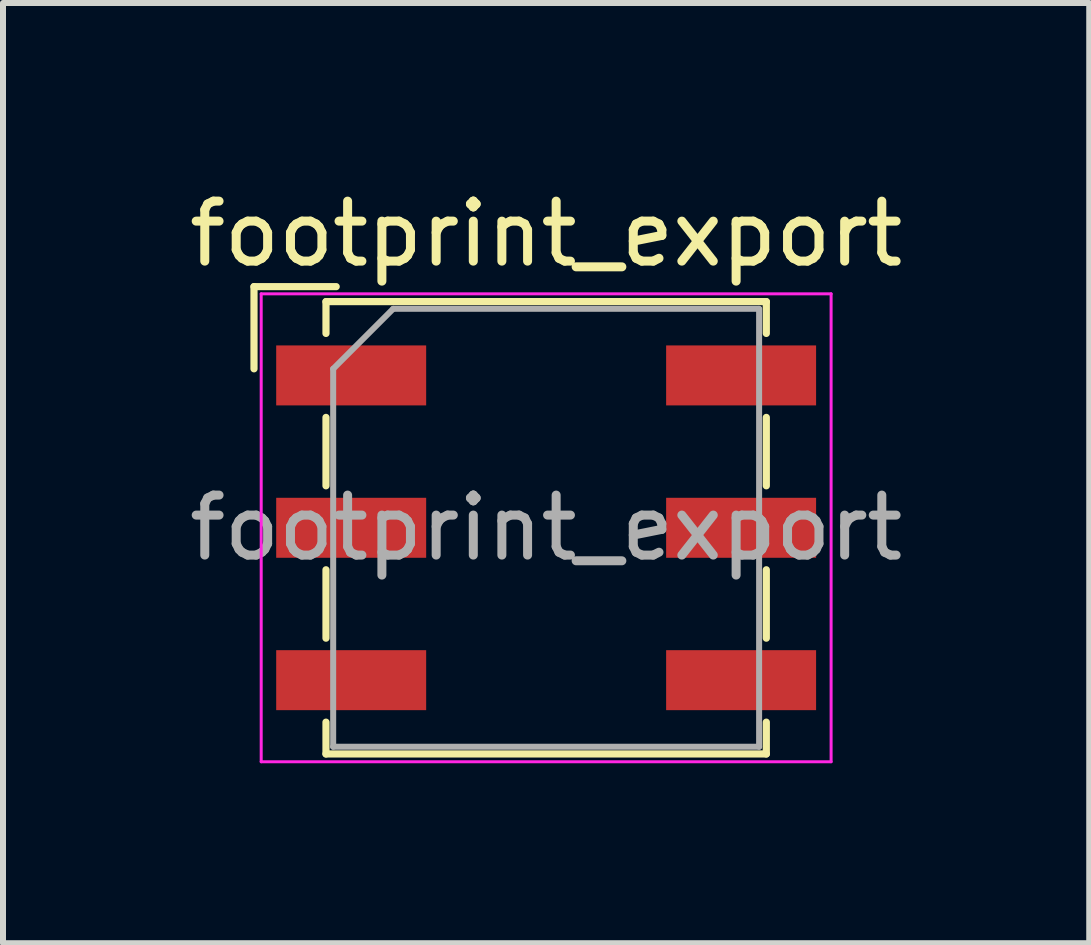
<source format=kicad_pcb>
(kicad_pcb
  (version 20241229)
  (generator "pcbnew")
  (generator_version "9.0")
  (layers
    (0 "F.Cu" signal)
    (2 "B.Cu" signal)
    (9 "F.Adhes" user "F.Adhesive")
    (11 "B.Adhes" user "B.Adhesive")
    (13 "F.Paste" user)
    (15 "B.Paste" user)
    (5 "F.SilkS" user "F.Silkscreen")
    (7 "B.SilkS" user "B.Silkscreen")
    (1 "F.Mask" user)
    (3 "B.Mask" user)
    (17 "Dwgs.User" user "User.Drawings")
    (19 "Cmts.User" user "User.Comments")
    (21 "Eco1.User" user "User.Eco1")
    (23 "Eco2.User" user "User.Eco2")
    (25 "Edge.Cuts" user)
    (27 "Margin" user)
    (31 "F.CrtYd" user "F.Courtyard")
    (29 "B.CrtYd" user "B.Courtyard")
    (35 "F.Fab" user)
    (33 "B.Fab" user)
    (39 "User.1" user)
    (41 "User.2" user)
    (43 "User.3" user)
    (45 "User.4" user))
  (footprint "footprint_export"
    (layer "F.Cu")
    (at 6.054 5.748)
    (property "Reference" "footprint_export" (at 0 -4.9 0) (layer "F.SilkS") (effects (font (size 1 1) (thickness 0.15))))
    (attr smd)
    (fp_line (start -4.87 -4.02) (end -3.5 -4.02) (stroke (width 0.12) (type solid)) (layer "F.SilkS"))
    (fp_line (start -4.87 -2.65) (end -4.87 -4.02) (stroke (width 0.12) (type solid)) (layer "F.SilkS"))
    (fp_line (start -3.67 -3.77) (end 3.67 -3.77) (stroke (width 0.12) (type solid)) (layer "F.SilkS"))
    (fp_line (start -3.67 -3.24) (end -3.67 -3.77) (stroke (width 0.12) (type solid)) (layer "F.SilkS"))
    (fp_line (start -3.67 -1.84) (end -3.67 -0.7) (stroke (width 0.12) (type solid)) (layer "F.SilkS"))
    (fp_line (start -3.67 0.7) (end -3.67 1.84) (stroke (width 0.12) (type solid)) (layer "F.SilkS"))
    (fp_line (start -3.67 3.24) (end -3.67 3.77) (stroke (width 0.12) (type solid)) (layer "F.SilkS"))
    (fp_line (start -3.67 3.77) (end 3.67 3.77) (stroke (width 0.12) (type solid)) (layer "F.SilkS"))
    (fp_line (start 3.67 -3.77) (end 3.67 -3.24) (stroke (width 0.12) (type solid)) (layer "F.SilkS"))
    (fp_line (start 3.67 -1.84) (end 3.67 -0.7) (stroke (width 0.12) (type solid)) (layer "F.SilkS"))
    (fp_line (start 3.67 0.7) (end 3.67 1.84) (stroke (width 0.12) (type solid)) (layer "F.SilkS"))
    (fp_line (start 3.67 3.77) (end 3.67 3.24) (stroke (width 0.12) (type solid)) (layer "F.SilkS"))
    (fp_line (start -4.75 -3.9) (end -4.75 3.9) (stroke (width 0.05) (type solid)) (layer "F.CrtYd"))
    (fp_line (start -4.75 3.9) (end 4.75 3.9) (stroke (width 0.05) (type solid)) (layer "F.CrtYd"))
    (fp_line (start 4.75 -3.9) (end -4.75 -3.9) (stroke (width 0.05) (type solid)) (layer "F.CrtYd"))
    (fp_line (start 4.75 3.9) (end 4.75 -3.9) (stroke (width 0.05) (type solid)) (layer "F.CrtYd"))
    (fp_line (start -3.55 -2.65) (end -2.55 -3.65) (stroke (width 0.1) (type solid)) (layer "F.Fab"))
    (fp_line (start -3.55 3.65) (end -3.55 -2.65) (stroke (width 0.1) (type solid)) (layer "F.Fab"))
    (fp_line (start -2.55 -3.65) (end 3.55 -3.65) (stroke (width 0.1) (type solid)) (layer "F.Fab"))
    (fp_line (start 3.55 -3.65) (end 3.55 3.65) (stroke (width 0.1) (type solid)) (layer "F.Fab"))
    (fp_line (start 3.55 3.65) (end -3.55 3.65) (stroke (width 0.1) (type solid)) (layer "F.Fab"))
    (fp_text user "${REFERENCE}" (at 0 0 0) (layer "F.Fab") (effects (font (size 1 1) (thickness 0.15))))
    (pad "1" smd rect (at -3.25 -2.54) (size 2.5 1) (layers "F.Cu" "F.Mask" "F.Paste"))
    (pad "2" smd rect (at 3.25 2.54) (size 2.5 1) (layers "F.Cu" "F.Mask" "F.Paste"))
    (pad "4" smd rect (at -3.25 2.54) (size 2.5 1) (layers "F.Cu" "F.Mask" "F.Paste"))
    (pad "8" smd rect (at 3.25 -2.54) (size 2.5 1) (layers "F.Cu" "F.Mask" "F.Paste"))
    (pad "C" smd rect (at -3.25 0) (size 2.5 1) (layers "F.Cu" "F.Mask" "F.Paste"))
    (pad "C" smd rect (at 3.25 0) (size 2.5 1) (layers "F.Cu" "F.Mask" "F.Paste")))
  (gr_rect
    (start -3 -3)
    (end 15.107 12.673)
    (stroke (width 0.1) (type default))
    (fill no)
    (layer "Edge.Cuts")))
</source>
